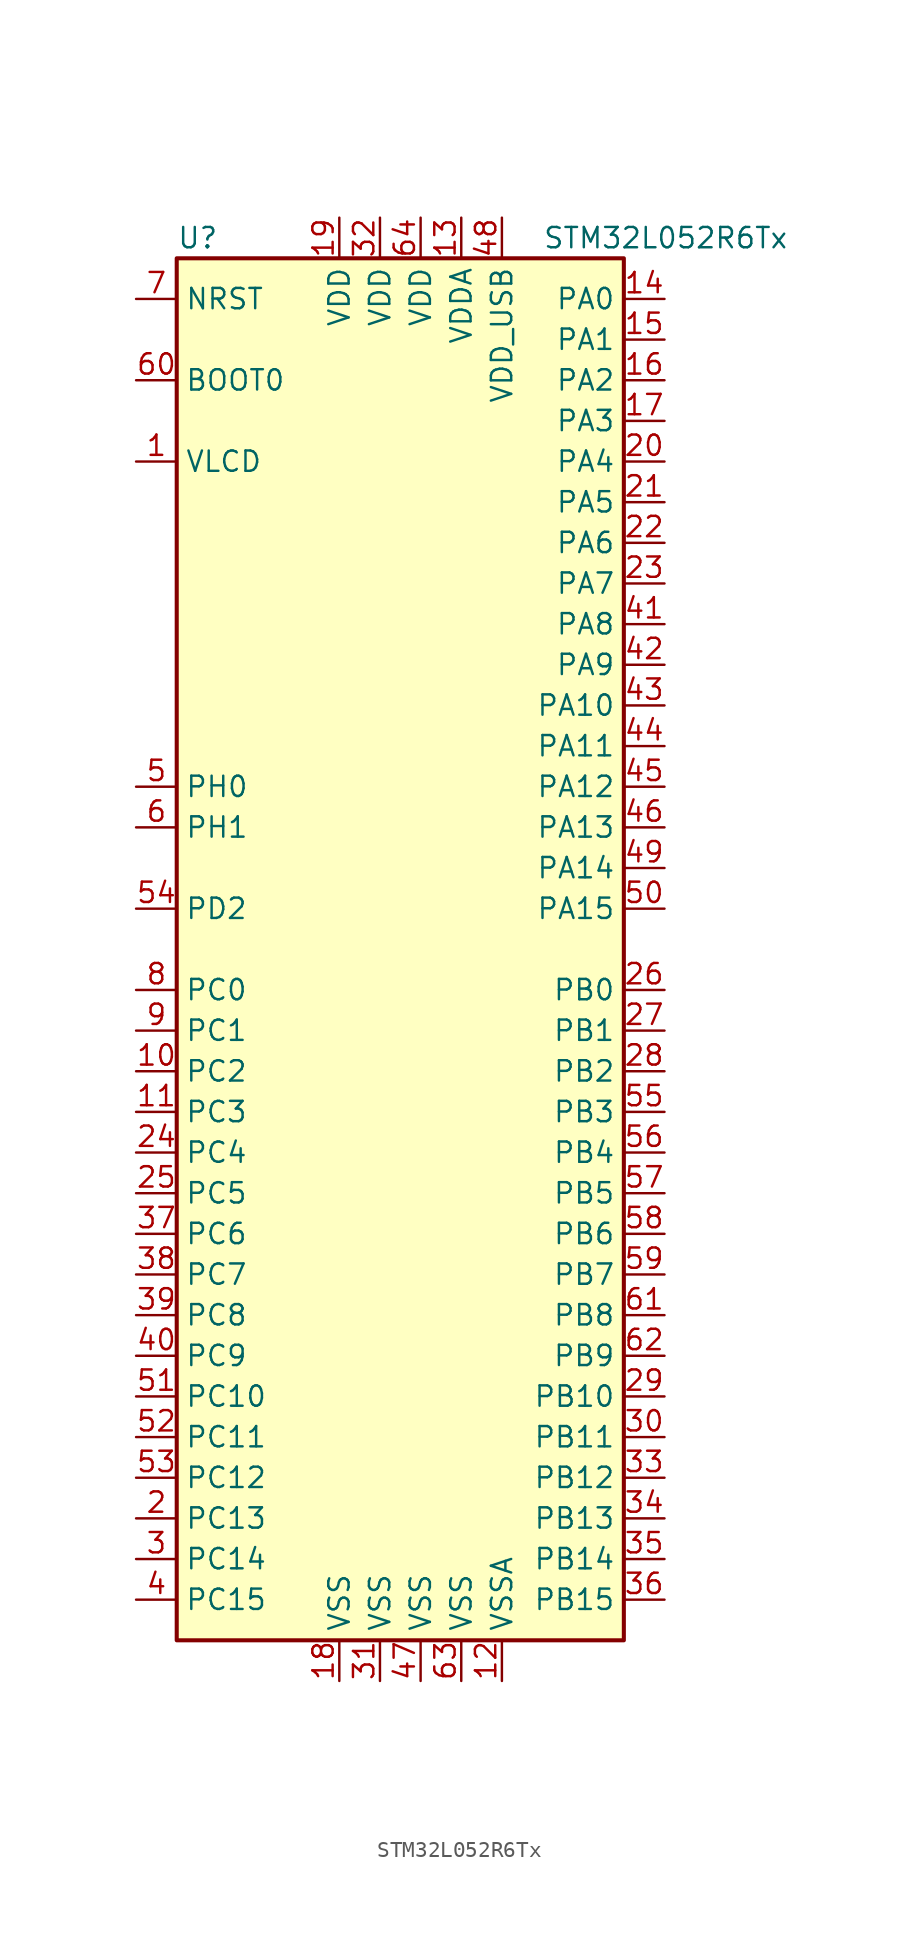
<source format=kicad_sym>
(kicad_symbol_lib
  (version 20201005)
  (generator kicad_symbol_editor)
  (symbol "STM32L052R6Tx"
    (property "Reference" "U"
      (at -15.24 44.45 0)
      (effects (font (size 1.27 1.27)) (justify left)))
    (property "Value" "STM32L052R6Tx"
      (at 7.62 44.45 0)
      (effects (font (size 1.27 1.27)) (justify left)))
    (symbol "STM32L052R6Tx_0_1"
      (rectangle (start -15.24 -43.18) (end 12.7 43.18) (stroke (width 0.254)) (fill (type background))))
    (symbol "STM32L052R6Tx_1_1"
      (pin input line (at -17.78 35.56 0) (length 2.54) (name "BOOT0" (effects (font (size 1.27 1.27)))) (number "60" (effects (font (size 1.27 1.27)))))
      (pin input line (at -17.78 40.64 0) (length 2.54) (name "NRST" (effects (font (size 1.27 1.27)))) (number "7" (effects (font (size 1.27 1.27)))))
      (pin bidirectional line (at 15.24 40.64 180) (length 2.54) (name "PA0" (effects (font (size 1.27 1.27)))) (number "14" (effects (font (size 1.27 1.27)))))
      (pin bidirectional line (at 15.24 38.1 180) (length 2.54) (name "PA1" (effects (font (size 1.27 1.27)))) (number "15" (effects (font (size 1.27 1.27)))))
      (pin bidirectional line (at 15.24 15.24 180) (length 2.54) (name "PA10" (effects (font (size 1.27 1.27)))) (number "43" (effects (font (size 1.27 1.27)))))
      (pin bidirectional line (at 15.24 12.7 180) (length 2.54) (name "PA11" (effects (font (size 1.27 1.27)))) (number "44" (effects (font (size 1.27 1.27)))))
      (pin bidirectional line (at 15.24 10.16 180) (length 2.54) (name "PA12" (effects (font (size 1.27 1.27)))) (number "45" (effects (font (size 1.27 1.27)))))
      (pin bidirectional line (at 15.24 7.62 180) (length 2.54) (name "PA13" (effects (font (size 1.27 1.27)))) (number "46" (effects (font (size 1.27 1.27)))))
      (pin bidirectional line (at 15.24 5.08 180) (length 2.54) (name "PA14" (effects (font (size 1.27 1.27)))) (number "49" (effects (font (size 1.27 1.27)))))
      (pin bidirectional line (at 15.24 2.54 180) (length 2.54) (name "PA15" (effects (font (size 1.27 1.27)))) (number "50" (effects (font (size 1.27 1.27)))))
      (pin bidirectional line (at 15.24 35.56 180) (length 2.54) (name "PA2" (effects (font (size 1.27 1.27)))) (number "16" (effects (font (size 1.27 1.27)))))
      (pin bidirectional line (at 15.24 33.02 180) (length 2.54) (name "PA3" (effects (font (size 1.27 1.27)))) (number "17" (effects (font (size 1.27 1.27)))))
      (pin bidirectional line (at 15.24 30.48 180) (length 2.54) (name "PA4" (effects (font (size 1.27 1.27)))) (number "20" (effects (font (size 1.27 1.27)))))
      (pin bidirectional line (at 15.24 27.94 180) (length 2.54) (name "PA5" (effects (font (size 1.27 1.27)))) (number "21" (effects (font (size 1.27 1.27)))))
      (pin bidirectional line (at 15.24 25.4 180) (length 2.54) (name "PA6" (effects (font (size 1.27 1.27)))) (number "22" (effects (font (size 1.27 1.27)))))
      (pin bidirectional line (at 15.24 22.86 180) (length 2.54) (name "PA7" (effects (font (size 1.27 1.27)))) (number "23" (effects (font (size 1.27 1.27)))))
      (pin bidirectional line (at 15.24 20.32 180) (length 2.54) (name "PA8" (effects (font (size 1.27 1.27)))) (number "41" (effects (font (size 1.27 1.27)))))
      (pin bidirectional line (at 15.24 17.78 180) (length 2.54) (name "PA9" (effects (font (size 1.27 1.27)))) (number "42" (effects (font (size 1.27 1.27)))))
      (pin bidirectional line (at 15.24 -2.54 180) (length 2.54) (name "PB0" (effects (font (size 1.27 1.27)))) (number "26" (effects (font (size 1.27 1.27)))))
      (pin bidirectional line (at 15.24 -5.08 180) (length 2.54) (name "PB1" (effects (font (size 1.27 1.27)))) (number "27" (effects (font (size 1.27 1.27)))))
      (pin bidirectional line (at 15.24 -27.94 180) (length 2.54) (name "PB10" (effects (font (size 1.27 1.27)))) (number "29" (effects (font (size 1.27 1.27)))))
      (pin bidirectional line (at 15.24 -30.48 180) (length 2.54) (name "PB11" (effects (font (size 1.27 1.27)))) (number "30" (effects (font (size 1.27 1.27)))))
      (pin bidirectional line (at 15.24 -33.02 180) (length 2.54) (name "PB12" (effects (font (size 1.27 1.27)))) (number "33" (effects (font (size 1.27 1.27)))))
      (pin bidirectional line (at 15.24 -35.56 180) (length 2.54) (name "PB13" (effects (font (size 1.27 1.27)))) (number "34" (effects (font (size 1.27 1.27)))))
      (pin bidirectional line (at 15.24 -38.1 180) (length 2.54) (name "PB14" (effects (font (size 1.27 1.27)))) (number "35" (effects (font (size 1.27 1.27)))))
      (pin bidirectional line (at 15.24 -40.64 180) (length 2.54) (name "PB15" (effects (font (size 1.27 1.27)))) (number "36" (effects (font (size 1.27 1.27)))))
      (pin bidirectional line (at 15.24 -7.62 180) (length 2.54) (name "PB2" (effects (font (size 1.27 1.27)))) (number "28" (effects (font (size 1.27 1.27)))))
      (pin bidirectional line (at 15.24 -10.16 180) (length 2.54) (name "PB3" (effects (font (size 1.27 1.27)))) (number "55" (effects (font (size 1.27 1.27)))))
      (pin bidirectional line (at 15.24 -12.7 180) (length 2.54) (name "PB4" (effects (font (size 1.27 1.27)))) (number "56" (effects (font (size 1.27 1.27)))))
      (pin bidirectional line (at 15.24 -15.24 180) (length 2.54) (name "PB5" (effects (font (size 1.27 1.27)))) (number "57" (effects (font (size 1.27 1.27)))))
      (pin bidirectional line (at 15.24 -17.78 180) (length 2.54) (name "PB6" (effects (font (size 1.27 1.27)))) (number "58" (effects (font (size 1.27 1.27)))))
      (pin bidirectional line (at 15.24 -20.32 180) (length 2.54) (name "PB7" (effects (font (size 1.27 1.27)))) (number "59" (effects (font (size 1.27 1.27)))))
      (pin bidirectional line (at 15.24 -22.86 180) (length 2.54) (name "PB8" (effects (font (size 1.27 1.27)))) (number "61" (effects (font (size 1.27 1.27)))))
      (pin bidirectional line (at 15.24 -25.4 180) (length 2.54) (name "PB9" (effects (font (size 1.27 1.27)))) (number "62" (effects (font (size 1.27 1.27)))))
      (pin bidirectional line (at -17.78 -2.54 0) (length 2.54) (name "PC0" (effects (font (size 1.27 1.27)))) (number "8" (effects (font (size 1.27 1.27)))))
      (pin bidirectional line (at -17.78 -5.08 0) (length 2.54) (name "PC1" (effects (font (size 1.27 1.27)))) (number "9" (effects (font (size 1.27 1.27)))))
      (pin bidirectional line (at -17.78 -27.94 0) (length 2.54) (name "PC10" (effects (font (size 1.27 1.27)))) (number "51" (effects (font (size 1.27 1.27)))))
      (pin bidirectional line (at -17.78 -30.48 0) (length 2.54) (name "PC11" (effects (font (size 1.27 1.27)))) (number "52" (effects (font (size 1.27 1.27)))))
      (pin bidirectional line (at -17.78 -33.02 0) (length 2.54) (name "PC12" (effects (font (size 1.27 1.27)))) (number "53" (effects (font (size 1.27 1.27)))))
      (pin bidirectional line (at -17.78 -35.56 0) (length 2.54) (name "PC13" (effects (font (size 1.27 1.27)))) (number "2" (effects (font (size 1.27 1.27)))))
      (pin bidirectional line (at -17.78 -38.1 0) (length 2.54) (name "PC14" (effects (font (size 1.27 1.27)))) (number "3" (effects (font (size 1.27 1.27)))))
      (pin bidirectional line (at -17.78 -40.64 0) (length 2.54) (name "PC15" (effects (font (size 1.27 1.27)))) (number "4" (effects (font (size 1.27 1.27)))))
      (pin bidirectional line (at -17.78 -7.62 0) (length 2.54) (name "PC2" (effects (font (size 1.27 1.27)))) (number "10" (effects (font (size 1.27 1.27)))))
      (pin bidirectional line (at -17.78 -10.16 0) (length 2.54) (name "PC3" (effects (font (size 1.27 1.27)))) (number "11" (effects (font (size 1.27 1.27)))))
      (pin bidirectional line (at -17.78 -12.7 0) (length 2.54) (name "PC4" (effects (font (size 1.27 1.27)))) (number "24" (effects (font (size 1.27 1.27)))))
      (pin bidirectional line (at -17.78 -15.24 0) (length 2.54) (name "PC5" (effects (font (size 1.27 1.27)))) (number "25" (effects (font (size 1.27 1.27)))))
      (pin bidirectional line (at -17.78 -17.78 0) (length 2.54) (name "PC6" (effects (font (size 1.27 1.27)))) (number "37" (effects (font (size 1.27 1.27)))))
      (pin bidirectional line (at -17.78 -20.32 0) (length 2.54) (name "PC7" (effects (font (size 1.27 1.27)))) (number "38" (effects (font (size 1.27 1.27)))))
      (pin bidirectional line (at -17.78 -22.86 0) (length 2.54) (name "PC8" (effects (font (size 1.27 1.27)))) (number "39" (effects (font (size 1.27 1.27)))))
      (pin bidirectional line (at -17.78 -25.4 0) (length 2.54) (name "PC9" (effects (font (size 1.27 1.27)))) (number "40" (effects (font (size 1.27 1.27)))))
      (pin bidirectional line (at -17.78 2.54 0) (length 2.54) (name "PD2" (effects (font (size 1.27 1.27)))) (number "54" (effects (font (size 1.27 1.27)))))
      (pin input line (at -17.78 10.16 0) (length 2.54) (name "PH0" (effects (font (size 1.27 1.27)))) (number "5" (effects (font (size 1.27 1.27)))))
      (pin input line (at -17.78 7.62 0) (length 2.54) (name "PH1" (effects (font (size 1.27 1.27)))) (number "6" (effects (font (size 1.27 1.27)))))
      (pin power_in line (at -5.08 45.72 270) (length 2.54) (name "VDD" (effects (font (size 1.27 1.27)))) (number "19" (effects (font (size 1.27 1.27)))))
      (pin power_in line (at -2.54 45.72 270) (length 2.54) (name "VDD" (effects (font (size 1.27 1.27)))) (number "32" (effects (font (size 1.27 1.27)))))
      (pin power_in line (at 0 45.72 270) (length 2.54) (name "VDD" (effects (font (size 1.27 1.27)))) (number "64" (effects (font (size 1.27 1.27)))))
      (pin power_in line (at 2.54 45.72 270) (length 2.54) (name "VDDA" (effects (font (size 1.27 1.27)))) (number "13" (effects (font (size 1.27 1.27)))))
      (pin power_in line (at 5.08 45.72 270) (length 2.54) (name "VDD_USB" (effects (font (size 1.27 1.27)))) (number "48" (effects (font (size 1.27 1.27)))))
      (pin power_in line (at -17.78 30.48 0) (length 2.54) (name "VLCD" (effects (font (size 1.27 1.27)))) (number "1" (effects (font (size 1.27 1.27)))))
      (pin power_in line (at -5.08 -45.72 90) (length 2.54) (name "VSS" (effects (font (size 1.27 1.27)))) (number "18" (effects (font (size 1.27 1.27)))))
      (pin power_in line (at -2.54 -45.72 90) (length 2.54) (name "VSS" (effects (font (size 1.27 1.27)))) (number "31" (effects (font (size 1.27 1.27)))))
      (pin power_in line (at 0 -45.72 90) (length 2.54) (name "VSS" (effects (font (size 1.27 1.27)))) (number "47" (effects (font (size 1.27 1.27)))))
      (pin power_in line (at 2.54 -45.72 90) (length 2.54) (name "VSS" (effects (font (size 1.27 1.27)))) (number "63" (effects (font (size 1.27 1.27)))))
      (pin power_in line (at 5.08 -45.72 90) (length 2.54) (name "VSSA" (effects (font (size 1.27 1.27)))) (number "12" (effects (font (size 1.27 1.27))))))))
</source>
